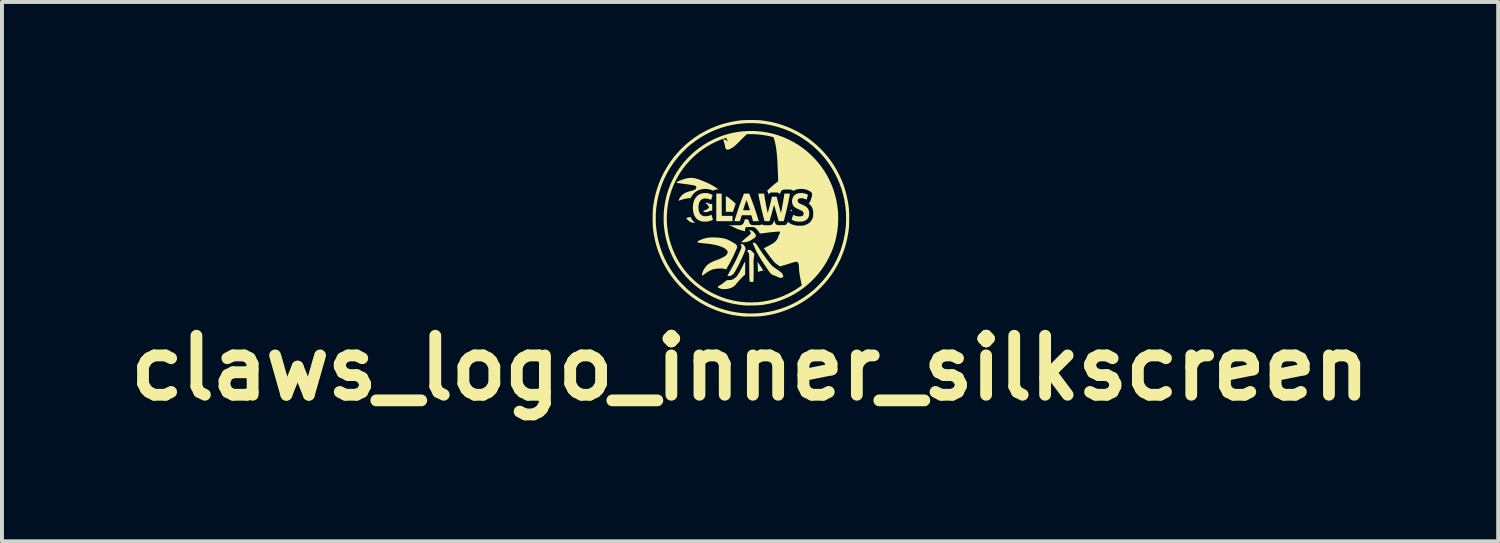
<source format=kicad_pcb>
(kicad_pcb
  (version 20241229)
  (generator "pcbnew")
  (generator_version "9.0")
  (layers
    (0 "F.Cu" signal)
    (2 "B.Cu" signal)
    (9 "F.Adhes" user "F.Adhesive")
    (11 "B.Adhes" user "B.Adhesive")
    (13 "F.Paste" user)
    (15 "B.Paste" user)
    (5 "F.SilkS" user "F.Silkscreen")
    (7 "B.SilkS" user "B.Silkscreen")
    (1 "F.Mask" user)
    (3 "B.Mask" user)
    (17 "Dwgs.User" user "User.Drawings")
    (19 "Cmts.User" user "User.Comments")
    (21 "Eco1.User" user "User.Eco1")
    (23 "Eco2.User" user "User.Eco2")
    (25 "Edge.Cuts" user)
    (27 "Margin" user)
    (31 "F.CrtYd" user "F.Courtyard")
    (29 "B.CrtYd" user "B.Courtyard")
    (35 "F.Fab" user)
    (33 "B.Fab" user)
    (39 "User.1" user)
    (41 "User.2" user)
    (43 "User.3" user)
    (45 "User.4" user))
  (footprint "claws_logo_inner_silkscreen"
    (layer "F.Cu")
    (at 16.036 2.498)
    (property "Reference" "claws_logo_inner_silkscreen" (at -0.022 3.807 0) (layer "F.SilkS") (effects (font (size 1.5 1.5) (thickness 0.3))))
    (attr board_only exclude_from_pos_files exclude_from_bom)
    (fp_poly (pts (xy -0.811 -0.627) (xy -0.743 -0.626) (xy -0.742 -0.343) (xy -0.741 -0.061) (xy -0.604 -0.061) (xy -0.468 -0.061) (xy -0.468 0.006) (xy -0.468 0.074) (xy -0.674 0.074) (xy -0.88 0.074) (xy -0.88 -0.277) (xy -0.88 -0.629)) (stroke (width 0) (type solid)) (fill yes) (layer "F.SilkS"))
    (fp_poly (pts (xy 1.023 -0.221) (xy 1.031 -0.215) (xy 1.038 -0.208) (xy 1.047 -0.198) (xy 1.05 -0.193) (xy 1.048 -0.191) (xy 1.046 -0.191) (xy 1.037 -0.188) (xy 1.025 -0.183) (xy 1.024 -0.182) (xy 1.014 -0.176) (xy 1.008 -0.173) (xy 1.008 -0.173) (xy 1.008 -0.177) (xy 1.009 -0.187) (xy 1.012 -0.197) (xy 1.015 -0.211) (xy 1.018 -0.22) (xy 1.019 -0.223)) (stroke (width 0) (type solid)) (fill yes) (layer "F.SilkS"))
    (fp_poly (pts (xy 0.198 1.148) (xy 0.211 1.168) (xy 0.227 1.192) (xy 0.244 1.219) (xy 0.262 1.245) (xy 0.271 1.259) (xy 0.315 1.324) (xy 0.25 1.342) (xy 0.227 1.349) (xy 0.207 1.354) (xy 0.192 1.358) (xy 0.183 1.36) (xy 0.181 1.361) (xy 0.18 1.357) (xy 0.179 1.345) (xy 0.177 1.329) (xy 0.176 1.308) (xy 0.176 1.303) (xy 0.175 1.277) (xy 0.174 1.246) (xy 0.173 1.213) (xy 0.172 1.182) (xy 0.171 1.174) (xy 0.169 1.103)) (stroke (width 0) (type solid)) (fill yes) (layer "F.SilkS"))
    (fp_poly (pts (xy -1.537 -0.031) (xy -1.532 -0.026) (xy -1.527 -0.018) (xy -1.522 -0.007) (xy -1.502 0.027) (xy -1.478 0.059) (xy -1.453 0.087) (xy -1.442 0.097) (xy -1.419 0.117) (xy -1.443 0.117) (xy -1.461 0.115) (xy -1.482 0.112) (xy -1.492 0.11) (xy -1.525 0.099) (xy -1.556 0.082) (xy -1.587 0.058) (xy -1.608 0.04) (xy -1.644 0.004) (xy -1.635 -0.004) (xy -1.626 -0.009) (xy -1.612 -0.015) (xy -1.595 -0.02) (xy -1.591 -0.021) (xy -1.569 -0.027) (xy -1.554 -0.031) (xy -1.543 -0.032)) (stroke (width 0) (type solid)) (fill yes) (layer "F.SilkS"))
    (fp_poly (pts (xy -0.615 -0.553) (xy -0.603 -0.545) (xy -0.593 -0.539) (xy -0.589 -0.537) (xy -0.583 -0.535) (xy -0.572 -0.527) (xy -0.557 -0.516) (xy -0.538 -0.501) (xy -0.517 -0.484) (xy -0.495 -0.466) (xy -0.472 -0.447) (xy -0.45 -0.429) (xy -0.43 -0.411) (xy -0.412 -0.396) (xy -0.399 -0.384) (xy -0.39 -0.375) (xy -0.388 -0.371) (xy -0.389 -0.366) (xy -0.393 -0.353) (xy -0.399 -0.335) (xy -0.406 -0.312) (xy -0.415 -0.286) (xy -0.422 -0.265) (xy -0.456 -0.165) (xy -0.546 -0.165) (xy -0.637 -0.165) (xy -0.637 -0.366) (xy -0.637 -0.568)) (stroke (width 0) (type solid)) (fill yes) (layer "F.SilkS"))
    (fp_poly (pts (xy -1.126 -0.397) (xy -1.106 -0.391) (xy -1.084 -0.383) (xy -1.062 -0.372) (xy -1.062 -0.372) (xy -1.046 -0.366) (xy -1.03 -0.362) (xy -1.013 -0.362) (xy -0.984 -0.362) (xy -0.984 -0.279) (xy -0.984 -0.196) (xy -1.006 -0.194) (xy -1.023 -0.191) (xy -1.042 -0.185) (xy -1.055 -0.18) (xy -1.073 -0.173) (xy -1.092 -0.166) (xy -1.103 -0.162) (xy -1.123 -0.158) (xy -1.145 -0.156) (xy -1.166 -0.157) (xy -1.184 -0.16) (xy -1.193 -0.163) (xy -1.204 -0.171) (xy -1.21 -0.179) (xy -1.21 -0.186) (xy -1.206 -0.189) (xy -1.172 -0.202) (xy -1.141 -0.216) (xy -1.114 -0.23) (xy -1.092 -0.244) (xy -1.077 -0.258) (xy -1.069 -0.269) (xy -1.068 -0.27) (xy -1.068 -0.284) (xy -1.074 -0.302) (xy -1.087 -0.323) (xy -1.106 -0.347) (xy -1.123 -0.365) (xy -1.156 -0.399) (xy -1.142 -0.399)) (stroke (width 0) (type solid)) (fill yes) (layer "F.SilkS"))
    (fp_poly (pts (xy -0.026 0.3) (xy -0.009 0.305) (xy 0.01 0.312) (xy 0.022 0.316) (xy 0.037 0.323) (xy 0.05 0.332) (xy 0.065 0.344) (xy 0.08 0.361) (xy 0.097 0.381) (xy 0.112 0.4) (xy 0.12 0.414) (xy 0.124 0.428) (xy 0.125 0.444) (xy 0.124 0.457) (xy 0.121 0.471) (xy 0.118 0.48) (xy 0.11 0.486) (xy 0.1 0.492) (xy 0.088 0.5) (xy 0.072 0.511) (xy 0.053 0.524) (xy 0.041 0.532) (xy 0.01 0.553) (xy -0.019 0.569) (xy -0.048 0.582) (xy -0.082 0.593) (xy -0.093 0.596) (xy -0.131 0.605) (xy -0.167 0.609) (xy -0.178 0.609) (xy -0.197 0.61) (xy -0.213 0.611) (xy -0.225 0.612) (xy -0.228 0.613) (xy -0.237 0.613) (xy -0.241 0.611) (xy -0.24 0.604) (xy -0.238 0.6) (xy -0.19 0.555) (xy -0.146 0.517) (xy -0.107 0.483) (xy -0.089 0.468) (xy -0.063 0.446) (xy -0.04 0.426) (xy -0.022 0.409) (xy -0.009 0.395) (xy -0.001 0.385) (xy 0 0.381) (xy -0.003 0.373) (xy -0.01 0.357) (xy -0.022 0.336) (xy -0.029 0.324) (xy -0.037 0.311) (xy -0.042 0.301) (xy -0.043 0.297) (xy -0.043 0.297) (xy -0.037 0.297)) (stroke (width 0) (type solid)) (fill yes) (layer "F.SilkS"))
    (fp_poly (pts (xy -0.151 1.105) (xy -0.149 1.109) (xy -0.149 1.112) (xy -0.148 1.12) (xy -0.147 1.136) (xy -0.146 1.158) (xy -0.146 1.186) (xy -0.146 1.217) (xy -0.145 1.252) (xy -0.145 1.279) (xy -0.146 1.429) (xy -0.167 1.448) (xy -0.189 1.467) (xy -0.214 1.492) (xy -0.243 1.521) (xy -0.273 1.553) (xy -0.303 1.586) (xy -0.332 1.618) (xy -0.358 1.65) (xy -0.381 1.678) (xy -0.382 1.68) (xy -0.412 1.712) (xy -0.448 1.74) (xy -0.49 1.763) (xy -0.537 1.781) (xy -0.588 1.793) (xy -0.641 1.8) (xy -0.652 1.8) (xy -0.674 1.801) (xy -0.697 1.8) (xy -0.717 1.799) (xy -0.726 1.798) (xy -0.751 1.793) (xy -0.777 1.786) (xy -0.8 1.777) (xy -0.82 1.768) (xy -0.835 1.759) (xy -0.838 1.755) (xy -0.843 1.746) (xy -0.839 1.736) (xy -0.828 1.726) (xy -0.813 1.717) (xy -0.793 1.706) (xy -0.767 1.69) (xy -0.738 1.67) (xy -0.708 1.649) (xy -0.678 1.626) (xy -0.65 1.604) (xy -0.635 1.592) (xy -0.613 1.573) (xy -0.556 1.571) (xy -0.531 1.57) (xy -0.512 1.569) (xy -0.497 1.566) (xy -0.484 1.563) (xy -0.474 1.559) (xy -0.453 1.549) (xy -0.429 1.534) (xy -0.405 1.517) (xy -0.384 1.5) (xy -0.366 1.483) (xy -0.359 1.475) (xy -0.332 1.436) (xy -0.303 1.389) (xy -0.272 1.335) (xy -0.239 1.272) (xy -0.204 1.203) (xy -0.199 1.193) (xy -0.185 1.163) (xy -0.174 1.14) (xy -0.165 1.123) (xy -0.159 1.112) (xy -0.155 1.106) (xy -0.152 1.104)) (stroke (width 0) (type solid)) (fill yes) (layer "F.SilkS"))
    (fp_poly (pts (xy -0.225 0.657) (xy -0.204 0.663) (xy -0.199 0.665) (xy -0.189 0.673) (xy -0.176 0.686) (xy -0.164 0.704) (xy -0.152 0.722) (xy -0.142 0.741) (xy -0.137 0.756) (xy -0.136 0.758) (xy -0.136 0.771) (xy -0.139 0.788) (xy -0.145 0.81) (xy -0.154 0.837) (xy -0.167 0.87) (xy -0.183 0.909) (xy -0.203 0.955) (xy -0.227 1.007) (xy -0.255 1.066) (xy -0.261 1.079) (xy -0.295 1.15) (xy -0.327 1.213) (xy -0.355 1.267) (xy -0.38 1.314) (xy -0.403 1.353) (xy -0.423 1.383) (xy -0.439 1.406) (xy -0.451 1.42) (xy -0.464 1.431) (xy -0.48 1.442) (xy -0.495 1.453) (xy -0.508 1.46) (xy -0.518 1.464) (xy -0.519 1.465) (xy -0.527 1.465) (xy -0.54 1.465) (xy -0.557 1.466) (xy -0.562 1.466) (xy -0.579 1.466) (xy -0.591 1.466) (xy -0.597 1.466) (xy -0.598 1.465) (xy -0.596 1.46) (xy -0.59 1.449) (xy -0.581 1.431) (xy -0.569 1.409) (xy -0.555 1.384) (xy -0.539 1.355) (xy -0.523 1.325) (xy -0.505 1.294) (xy -0.493 1.273) (xy -0.471 1.233) (xy -0.447 1.19) (xy -0.424 1.146) (xy -0.4 1.101) (xy -0.378 1.057) (xy -0.358 1.016) (xy -0.34 0.979) (xy -0.326 0.947) (xy -0.319 0.932) (xy -0.308 0.906) (xy -0.296 0.878) (xy -0.284 0.851) (xy -0.277 0.836) (xy -0.262 0.801) (xy -0.25 0.772) (xy -0.243 0.748) (xy -0.24 0.728) (xy -0.241 0.711) (xy -0.245 0.696) (xy -0.252 0.681) (xy -0.253 0.679) (xy -0.264 0.663) (xy -0.255 0.658) (xy -0.242 0.656)) (stroke (width 0) (type solid)) (fill yes) (layer "F.SilkS"))
    (fp_poly (pts (xy 0.089 0.622) (xy 0.109 0.633) (xy 0.121 0.641) (xy 0.132 0.652) (xy 0.145 0.667) (xy 0.16 0.688) (xy 0.178 0.716) (xy 0.207 0.762) (xy 0.239 0.81) (xy 0.271 0.858) (xy 0.305 0.907) (xy 0.339 0.954) (xy 0.372 1) (xy 0.405 1.044) (xy 0.436 1.085) (xy 0.466 1.123) (xy 0.492 1.155) (xy 0.516 1.183) (xy 0.536 1.205) (xy 0.551 1.218) (xy 0.562 1.227) (xy 0.578 1.239) (xy 0.598 1.254) (xy 0.622 1.27) (xy 0.646 1.288) (xy 0.654 1.293) (xy 0.679 1.31) (xy 0.702 1.327) (xy 0.723 1.342) (xy 0.741 1.355) (xy 0.752 1.364) (xy 0.755 1.366) (xy 0.773 1.383) (xy 0.79 1.402) (xy 0.805 1.423) (xy 0.816 1.442) (xy 0.821 1.458) (xy 0.821 1.459) (xy 0.823 1.47) (xy 0.821 1.478) (xy 0.815 1.486) (xy 0.807 1.495) (xy 0.795 1.506) (xy 0.785 1.512) (xy 0.773 1.515) (xy 0.768 1.515) (xy 0.747 1.514) (xy 0.724 1.509) (xy 0.724 1.509) (xy 0.707 1.502) (xy 0.687 1.494) (xy 0.672 1.486) (xy 0.656 1.479) (xy 0.635 1.47) (xy 0.612 1.461) (xy 0.593 1.453) (xy 0.565 1.443) (xy 0.543 1.434) (xy 0.527 1.425) (xy 0.513 1.415) (xy 0.5 1.402) (xy 0.487 1.385) (xy 0.472 1.366) (xy 0.423 1.296) (xy 0.375 1.226) (xy 0.329 1.157) (xy 0.285 1.089) (xy 0.245 1.024) (xy 0.207 0.962) (xy 0.174 0.904) (xy 0.146 0.852) (xy 0.128 0.817) (xy 0.118 0.796) (xy 0.107 0.772) (xy 0.095 0.746) (xy 0.084 0.72) (xy 0.073 0.695) (xy 0.063 0.672) (xy 0.056 0.653) (xy 0.05 0.639) (xy 0.048 0.631) (xy 0.048 0.63) (xy 0.051 0.627) (xy 0.058 0.622) (xy 0.071 0.618)) (stroke (width 0) (type solid)) (fill yes) (layer "F.SilkS"))
    (fp_poly (pts (xy -1.122 -0.64) (xy -1.08 -0.633) (xy -1.069 -0.631) (xy -1.048 -0.625) (xy -1.027 -0.617) (xy -1.008 -0.609) (xy -0.991 -0.601) (xy -0.98 -0.594) (xy -0.975 -0.589) (xy -0.975 -0.588) (xy -0.976 -0.583) (xy -0.979 -0.571) (xy -0.984 -0.555) (xy -0.99 -0.536) (xy -0.996 -0.517) (xy -1.002 -0.498) (xy -1.007 -0.483) (xy -1.01 -0.472) (xy -1.012 -0.468) (xy -1.017 -0.469) (xy -1.027 -0.473) (xy -1.037 -0.477) (xy -1.081 -0.493) (xy -1.124 -0.502) (xy -1.164 -0.504) (xy -1.201 -0.5) (xy -1.235 -0.488) (xy -1.263 -0.47) (xy -1.278 -0.457) (xy -1.299 -0.429) (xy -1.314 -0.398) (xy -1.325 -0.361) (xy -1.331 -0.319) (xy -1.332 -0.277) (xy -1.33 -0.227) (xy -1.323 -0.184) (xy -1.311 -0.148) (xy -1.294 -0.118) (xy -1.273 -0.093) (xy -1.245 -0.073) (xy -1.236 -0.069) (xy -1.221 -0.062) (xy -1.209 -0.057) (xy -1.195 -0.055) (xy -1.178 -0.053) (xy -1.164 -0.053) (xy -1.114 -0.054) (xy -1.069 -0.063) (xy -1.029 -0.077) (xy -1.002 -0.09) (xy -0.984 -0.031) (xy -0.978 -0.009) (xy -0.972 0.009) (xy -0.968 0.024) (xy -0.966 0.032) (xy -0.966 0.033) (xy -0.97 0.037) (xy -0.981 0.044) (xy -0.996 0.051) (xy -1.015 0.059) (xy -1.035 0.066) (xy -1.055 0.073) (xy -1.06 0.074) (xy -1.081 0.078) (xy -1.107 0.081) (xy -1.136 0.084) (xy -1.166 0.085) (xy -1.195 0.085) (xy -1.219 0.084) (xy -1.231 0.083) (xy -1.281 0.07) (xy -1.324 0.052) (xy -1.36 0.029) (xy -1.392 -0.001) (xy -1.406 -0.02) (xy -1.429 -0.055) (xy -1.446 -0.093) (xy -1.459 -0.134) (xy -1.468 -0.18) (xy -1.473 -0.226) (xy -1.476 -0.289) (xy -1.471 -0.348) (xy -1.461 -0.403) (xy -1.444 -0.453) (xy -1.421 -0.499) (xy -1.393 -0.539) (xy -1.36 -0.573) (xy -1.322 -0.601) (xy -1.279 -0.622) (xy -1.245 -0.633) (xy -1.207 -0.639) (xy -1.165 -0.642)) (stroke (width 0) (type solid)) (fill yes) (layer "F.SilkS"))
    (fp_poly (pts (xy -0.04 0.803) (xy -0.037 0.803) (xy -0.021 0.805) (xy -0.01 0.807) (xy -0.003 0.811) (xy 0.002 0.818) (xy 0.017 0.835) (xy 0.039 0.855) (xy 0.06 0.873) (xy 0.072 0.884) (xy 0.081 0.894) (xy 0.085 0.9) (xy 0.085 0.907) (xy 0.084 0.921) (xy 0.082 0.941) (xy 0.08 0.965) (xy 0.077 0.992) (xy 0.076 0.997) (xy 0.073 1.023) (xy 0.07 1.044) (xy 0.069 1.063) (xy 0.067 1.081) (xy 0.067 1.1) (xy 0.066 1.121) (xy 0.067 1.146) (xy 0.067 1.176) (xy 0.068 1.214) (xy 0.068 1.218) (xy 0.069 1.255) (xy 0.069 1.295) (xy 0.07 1.337) (xy 0.069 1.379) (xy 0.069 1.42) (xy 0.069 1.46) (xy 0.068 1.497) (xy 0.067 1.53) (xy 0.066 1.559) (xy 0.065 1.582) (xy 0.063 1.598) (xy 0.062 1.605) (xy 0.059 1.613) (xy 0.054 1.617) (xy 0.045 1.618) (xy 0.036 1.619) (xy 0.023 1.619) (xy 0.013 1.621) (xy 0.01 1.622) (xy 0.005 1.621) (xy 0.002 1.617) (xy -0.001 1.611) (xy -0.009 1.61) (xy -0.015 1.611) (xy -0.026 1.611) (xy -0.032 1.607) (xy -0.034 1.605) (xy -0.035 1.601) (xy -0.035 1.594) (xy -0.036 1.584) (xy -0.037 1.568) (xy -0.038 1.549) (xy -0.038 1.524) (xy -0.039 1.493) (xy -0.039 1.457) (xy -0.04 1.415) (xy -0.041 1.366) (xy -0.041 1.31) (xy -0.042 1.247) (xy -0.043 1.177) (xy -0.044 1.099) (xy -0.044 1.012) (xy -0.045 0.994) (xy -0.045 0.962) (xy -0.046 0.936) (xy -0.046 0.918) (xy -0.048 0.905) (xy -0.049 0.896) (xy -0.051 0.891) (xy -0.052 0.89) (xy -0.058 0.882) (xy -0.067 0.869) (xy -0.077 0.857) (xy -0.087 0.842) (xy -0.093 0.834) (xy -0.095 0.829) (xy -0.092 0.828) (xy -0.089 0.828) (xy -0.082 0.825) (xy -0.079 0.819) (xy -0.082 0.815) (xy -0.085 0.81) (xy -0.081 0.807) (xy -0.071 0.804) (xy -0.057 0.803)) (stroke (width 0) (type solid)) (fill yes) (layer "F.SilkS"))
    (fp_poly (pts (xy -0.009 -0.541) (xy 0.045 -0.397) (xy 0.096 -0.252) (xy 0.108 -0.219) (xy 0.116 -0.193) (xy 0.126 -0.163) (xy 0.136 -0.132) (xy 0.147 -0.099) (xy 0.157 -0.066) (xy 0.167 -0.035) (xy 0.176 -0.006) (xy 0.184 0.02) (xy 0.191 0.042) (xy 0.196 0.058) (xy 0.199 0.068) (xy 0.199 0.07) (xy 0.195 0.071) (xy 0.184 0.072) (xy 0.167 0.073) (xy 0.145 0.074) (xy 0.127 0.074) (xy 0.054 0.074) (xy 0.032 -0.001) (xy 0.01 -0.076) (xy -0.111 -0.077) (xy -0.233 -0.078) (xy -0.256 -0.002) (xy -0.279 0.074) (xy -0.35 0.074) (xy -0.378 0.074) (xy -0.397 0.073) (xy -0.41 0.072) (xy -0.417 0.071) (xy -0.419 0.069) (xy -0.419 0.068) (xy -0.417 0.062) (xy -0.413 0.05) (xy -0.408 0.032) (xy -0.401 0.011) (xy -0.399 0.004) (xy -0.374 -0.075) (xy -0.348 -0.155) (xy -0.331 -0.207) (xy -0.199 -0.207) (xy -0.195 -0.206) (xy -0.184 -0.205) (xy -0.166 -0.204) (xy -0.144 -0.204) (xy -0.118 -0.204) (xy -0.113 -0.204) (xy -0.08 -0.204) (xy -0.055 -0.204) (xy -0.038 -0.205) (xy -0.029 -0.207) (xy -0.026 -0.208) (xy -0.027 -0.214) (xy -0.031 -0.226) (xy -0.037 -0.244) (xy -0.044 -0.267) (xy -0.052 -0.292) (xy -0.061 -0.319) (xy -0.071 -0.347) (xy -0.08 -0.375) (xy -0.089 -0.401) (xy -0.097 -0.424) (xy -0.104 -0.442) (xy -0.109 -0.456) (xy -0.112 -0.463) (xy -0.112 -0.464) (xy -0.114 -0.46) (xy -0.118 -0.449) (xy -0.124 -0.432) (xy -0.132 -0.411) (xy -0.14 -0.386) (xy -0.15 -0.359) (xy -0.159 -0.331) (xy -0.169 -0.303) (xy -0.177 -0.276) (xy -0.185 -0.253) (xy -0.192 -0.232) (xy -0.196 -0.217) (xy -0.199 -0.209) (xy -0.199 -0.207) (xy -0.331 -0.207) (xy -0.321 -0.234) (xy -0.295 -0.312) (xy -0.268 -0.387) (xy -0.243 -0.457) (xy -0.218 -0.52) (xy -0.205 -0.554) (xy -0.176 -0.628) (xy -0.11 -0.628) (xy -0.044 -0.628)) (stroke (width 0) (type solid)) (fill yes) (layer "F.SilkS"))
    (fp_poly (pts (xy -1.461 -1.023) (xy -1.41 -1.013) (xy -1.354 -0.997) (xy -1.33 -0.989) (xy -1.264 -0.965) (xy -1.197 -0.939) (xy -1.131 -0.911) (xy -1.068 -0.881) (xy -1.008 -0.851) (xy -0.953 -0.82) (xy -0.903 -0.791) (xy -0.862 -0.762) (xy -0.821 -0.732) (xy -0.856 -0.732) (xy -0.886 -0.731) (xy -0.91 -0.727) (xy -0.93 -0.719) (xy -0.941 -0.712) (xy -0.956 -0.702) (xy -0.984 -0.713) (xy -1.04 -0.732) (xy -1.099 -0.743) (xy -1.157 -0.747) (xy -1.215 -0.744) (xy -1.271 -0.733) (xy -1.325 -0.716) (xy -1.375 -0.691) (xy -1.402 -0.674) (xy -1.438 -0.644) (xy -1.472 -0.608) (xy -1.502 -0.569) (xy -1.525 -0.53) (xy -1.534 -0.511) (xy -1.567 -0.511) (xy -1.587 -0.51) (xy -1.614 -0.506) (xy -1.645 -0.501) (xy -1.678 -0.494) (xy -1.711 -0.486) (xy -1.743 -0.477) (xy -1.772 -0.468) (xy -1.795 -0.46) (xy -1.808 -0.455) (xy -1.823 -0.448) (xy -1.833 -0.447) (xy -1.837 -0.452) (xy -1.837 -0.455) (xy -1.834 -0.467) (xy -1.826 -0.485) (xy -1.814 -0.507) (xy -1.801 -0.526) (xy -1.778 -0.559) (xy -1.753 -0.586) (xy -1.726 -0.61) (xy -1.695 -0.631) (xy -1.661 -0.65) (xy -1.62 -0.666) (xy -1.574 -0.681) (xy -1.519 -0.696) (xy -1.519 -0.696) (xy -1.48 -0.706) (xy -1.448 -0.717) (xy -1.424 -0.728) (xy -1.408 -0.739) (xy -1.398 -0.75) (xy -1.392 -0.764) (xy -1.39 -0.78) (xy -1.389 -0.797) (xy -1.392 -0.811) (xy -1.394 -0.816) (xy -1.4 -0.82) (xy -1.41 -0.825) (xy -1.425 -0.83) (xy -1.445 -0.835) (xy -1.471 -0.84) (xy -1.503 -0.846) (xy -1.541 -0.852) (xy -1.587 -0.859) (xy -1.639 -0.866) (xy -1.7 -0.874) (xy -1.74 -0.879) (xy -1.774 -0.884) (xy -1.805 -0.888) (xy -1.832 -0.892) (xy -1.854 -0.895) (xy -1.871 -0.897) (xy -1.88 -0.899) (xy -1.882 -0.899) (xy -1.889 -0.905) (xy -1.888 -0.912) (xy -1.88 -0.921) (xy -1.864 -0.932) (xy -1.841 -0.944) (xy -1.812 -0.957) (xy -1.777 -0.97) (xy -1.737 -0.985) (xy -1.722 -0.99) (xy -1.663 -1.008) (xy -1.61 -1.02) (xy -1.559 -1.026) (xy -1.51 -1.027)) (stroke (width 0) (type solid)) (fill yes) (layer "F.SilkS"))
    (fp_poly (pts (xy -0.915 0.487) (xy -0.844 0.491) (xy -0.81 0.494) (xy -0.762 0.499) (xy -0.719 0.506) (xy -0.679 0.514) (xy -0.641 0.525) (xy -0.603 0.538) (xy -0.565 0.555) (xy -0.524 0.576) (xy -0.479 0.601) (xy -0.431 0.63) (xy -0.408 0.644) (xy -0.391 0.655) (xy -0.38 0.663) (xy -0.373 0.669) (xy -0.369 0.675) (xy -0.367 0.68) (xy -0.367 0.681) (xy -0.363 0.694) (xy -0.357 0.709) (xy -0.355 0.713) (xy -0.346 0.731) (xy -0.359 0.761) (xy -0.39 0.832) (xy -0.418 0.896) (xy -0.445 0.956) (xy -0.472 1.012) (xy -0.5 1.066) (xy -0.528 1.12) (xy -0.559 1.176) (xy -0.578 1.21) (xy -0.629 1.299) (xy -0.652 1.291) (xy -0.684 1.283) (xy -0.723 1.278) (xy -0.767 1.276) (xy -0.816 1.277) (xy -0.867 1.281) (xy -0.902 1.285) (xy -0.948 1.294) (xy -0.993 1.308) (xy -1.038 1.328) (xy -1.084 1.353) (xy -1.133 1.386) (xy -1.153 1.4) (xy -1.182 1.422) (xy -1.205 1.438) (xy -1.222 1.449) (xy -1.232 1.455) (xy -1.236 1.456) (xy -1.24 1.453) (xy -1.241 1.453) (xy -1.243 1.445) (xy -1.243 1.432) (xy -1.241 1.414) (xy -1.237 1.394) (xy -1.224 1.358) (xy -1.206 1.319) (xy -1.183 1.28) (xy -1.157 1.242) (xy -1.129 1.208) (xy -1.101 1.18) (xy -1.092 1.173) (xy -1.057 1.148) (xy -1.013 1.123) (xy -0.963 1.099) (xy -0.907 1.075) (xy -0.852 1.055) (xy -0.815 1.041) (xy -0.778 1.025) (xy -0.741 1.009) (xy -0.708 0.992) (xy -0.68 0.976) (xy -0.66 0.964) (xy -0.632 0.941) (xy -0.611 0.917) (xy -0.597 0.892) (xy -0.591 0.868) (xy -0.593 0.846) (xy -0.604 0.822) (xy -0.624 0.798) (xy -0.652 0.775) (xy -0.688 0.753) (xy -0.732 0.732) (xy -0.767 0.718) (xy -0.814 0.702) (xy -0.864 0.688) (xy -0.918 0.675) (xy -0.977 0.664) (xy -1.041 0.654) (xy -1.113 0.645) (xy -1.192 0.637) (xy -1.235 0.633) (xy -1.271 0.629) (xy -1.3 0.625) (xy -1.322 0.622) (xy -1.338 0.618) (xy -1.35 0.614) (xy -1.357 0.61) (xy -1.36 0.605) (xy -1.361 0.602) (xy -1.356 0.593) (xy -1.344 0.582) (xy -1.323 0.569) (xy -1.295 0.555) (xy -1.245 0.534) (xy -1.196 0.517) (xy -1.146 0.504) (xy -1.094 0.494) (xy -1.039 0.488) (xy -0.979 0.486)) (stroke (width 0) (type solid)) (fill yes) (layer "F.SilkS"))
    (fp_poly (pts (xy 1.288 -0.641) (xy 1.321 -0.639) (xy 1.351 -0.634) (xy 1.376 -0.628) (xy 1.38 -0.627) (xy 1.396 -0.621) (xy 1.414 -0.614) (xy 1.43 -0.607) (xy 1.443 -0.6) (xy 1.451 -0.596) (xy 1.451 -0.596) (xy 1.45 -0.591) (xy 1.447 -0.581) (xy 1.443 -0.565) (xy 1.437 -0.547) (xy 1.431 -0.528) (xy 1.425 -0.509) (xy 1.42 -0.492) (xy 1.415 -0.48) (xy 1.415 -0.478) (xy 1.411 -0.476) (xy 1.401 -0.479) (xy 1.384 -0.486) (xy 1.381 -0.488) (xy 1.34 -0.503) (xy 1.298 -0.51) (xy 1.257 -0.509) (xy 1.252 -0.508) (xy 1.225 -0.502) (xy 1.207 -0.493) (xy 1.195 -0.48) (xy 1.189 -0.462) (xy 1.188 -0.44) (xy 1.19 -0.425) (xy 1.193 -0.415) (xy 1.199 -0.407) (xy 1.21 -0.396) (xy 1.224 -0.386) (xy 1.243 -0.374) (xy 1.269 -0.362) (xy 1.289 -0.353) (xy 1.313 -0.342) (xy 1.338 -0.331) (xy 1.36 -0.32) (xy 1.377 -0.311) (xy 1.379 -0.31) (xy 1.414 -0.285) (xy 1.441 -0.257) (xy 1.461 -0.225) (xy 1.474 -0.188) (xy 1.481 -0.145) (xy 1.482 -0.119) (xy 1.478 -0.075) (xy 1.467 -0.036) (xy 1.45 -0.001) (xy 1.425 0.028) (xy 1.394 0.051) (xy 1.357 0.069) (xy 1.336 0.076) (xy 1.316 0.08) (xy 1.289 0.083) (xy 1.258 0.085) (xy 1.227 0.085) (xy 1.197 0.084) (xy 1.17 0.082) (xy 1.16 0.08) (xy 1.131 0.074) (xy 1.104 0.066) (xy 1.08 0.057) (xy 1.06 0.049) (xy 1.046 0.04) (xy 1.038 0.032) (xy 1.037 0.027) (xy 1.04 0.02) (xy 1.044 0.007) (xy 1.049 -0.011) (xy 1.055 -0.031) (xy 1.056 -0.032) (xy 1.062 -0.052) (xy 1.067 -0.069) (xy 1.071 -0.081) (xy 1.073 -0.086) (xy 1.073 -0.086) (xy 1.077 -0.085) (xy 1.087 -0.082) (xy 1.101 -0.076) (xy 1.104 -0.075) (xy 1.139 -0.061) (xy 1.174 -0.052) (xy 1.211 -0.048) (xy 1.241 -0.048) (xy 1.265 -0.049) (xy 1.282 -0.051) (xy 1.295 -0.054) (xy 1.305 -0.058) (xy 1.306 -0.059) (xy 1.324 -0.072) (xy 1.335 -0.091) (xy 1.339 -0.116) (xy 1.339 -0.118) (xy 1.337 -0.138) (xy 1.33 -0.155) (xy 1.319 -0.17) (xy 1.301 -0.185) (xy 1.276 -0.199) (xy 1.244 -0.214) (xy 1.233 -0.219) (xy 1.187 -0.239) (xy 1.15 -0.259) (xy 1.119 -0.278) (xy 1.095 -0.299) (xy 1.076 -0.321) (xy 1.063 -0.346) (xy 1.053 -0.373) (xy 1.051 -0.384) (xy 1.046 -0.415) (xy 1.045 -0.442) (xy 1.048 -0.471) (xy 1.051 -0.482) (xy 1.063 -0.522) (xy 1.083 -0.557) (xy 1.109 -0.587) (xy 1.141 -0.611) (xy 1.179 -0.628) (xy 1.2 -0.635) (xy 1.225 -0.639) (xy 1.255 -0.641)) (stroke (width 0) (type solid)) (fill yes) (layer "F.SilkS"))
    (fp_poly (pts (xy 0.338 -0.618) (xy 0.339 -0.608) (xy 0.341 -0.591) (xy 0.344 -0.568) (xy 0.349 -0.54) (xy 0.354 -0.508) (xy 0.36 -0.473) (xy 0.367 -0.435) (xy 0.374 -0.397) (xy 0.381 -0.358) (xy 0.388 -0.319) (xy 0.395 -0.282) (xy 0.402 -0.248) (xy 0.409 -0.216) (xy 0.414 -0.189) (xy 0.419 -0.167) (xy 0.423 -0.151) (xy 0.426 -0.142) (xy 0.427 -0.14) (xy 0.43 -0.145) (xy 0.434 -0.158) (xy 0.439 -0.177) (xy 0.446 -0.201) (xy 0.454 -0.23) (xy 0.463 -0.262) (xy 0.472 -0.297) (xy 0.481 -0.332) (xy 0.491 -0.368) (xy 0.5 -0.403) (xy 0.508 -0.436) (xy 0.516 -0.467) (xy 0.522 -0.494) (xy 0.527 -0.516) (xy 0.531 -0.532) (xy 0.531 -0.534) (xy 0.534 -0.55) (xy 0.593 -0.55) (xy 0.653 -0.55) (xy 0.682 -0.436) (xy 0.692 -0.396) (xy 0.702 -0.356) (xy 0.713 -0.317) (xy 0.723 -0.28) (xy 0.732 -0.245) (xy 0.741 -0.214) (xy 0.748 -0.187) (xy 0.754 -0.166) (xy 0.759 -0.15) (xy 0.762 -0.143) (xy 0.763 -0.142) (xy 0.764 -0.144) (xy 0.768 -0.155) (xy 0.772 -0.173) (xy 0.777 -0.197) (xy 0.783 -0.226) (xy 0.789 -0.26) (xy 0.796 -0.299) (xy 0.804 -0.341) (xy 0.812 -0.385) (xy 0.819 -0.431) (xy 0.827 -0.478) (xy 0.835 -0.526) (xy 0.842 -0.573) (xy 0.843 -0.58) (xy 0.85 -0.628) (xy 0.921 -0.628) (xy 0.945 -0.628) (xy 0.965 -0.628) (xy 0.981 -0.627) (xy 0.99 -0.626) (xy 0.992 -0.625) (xy 0.991 -0.619) (xy 0.989 -0.607) (xy 0.986 -0.588) (xy 0.981 -0.564) (xy 0.976 -0.537) (xy 0.97 -0.508) (xy 0.964 -0.478) (xy 0.958 -0.448) (xy 0.953 -0.42) (xy 0.948 -0.394) (xy 0.945 -0.379) (xy 0.932 -0.321) (xy 0.918 -0.258) (xy 0.903 -0.194) (xy 0.888 -0.132) (xy 0.873 -0.072) (xy 0.86 -0.021) (xy 0.834 0.074) (xy 0.771 0.074) (xy 0.708 0.074) (xy 0.685 -0.001) (xy 0.678 -0.025) (xy 0.669 -0.056) (xy 0.66 -0.091) (xy 0.649 -0.129) (xy 0.638 -0.167) (xy 0.628 -0.204) (xy 0.627 -0.207) (xy 0.619 -0.239) (xy 0.61 -0.268) (xy 0.603 -0.294) (xy 0.597 -0.314) (xy 0.593 -0.329) (xy 0.59 -0.337) (xy 0.589 -0.338) (xy 0.587 -0.334) (xy 0.584 -0.323) (xy 0.579 -0.306) (xy 0.573 -0.285) (xy 0.566 -0.26) (xy 0.566 -0.259) (xy 0.554 -0.215) (xy 0.542 -0.17) (xy 0.53 -0.125) (xy 0.518 -0.083) (xy 0.507 -0.044) (xy 0.497 -0.01) (xy 0.489 0.019) (xy 0.485 0.031) (xy 0.472 0.074) (xy 0.41 0.074) (xy 0.347 0.074) (xy 0.338 0.044) (xy 0.33 0.015) (xy 0.32 -0.022) (xy 0.308 -0.066) (xy 0.297 -0.114) (xy 0.284 -0.166) (xy 0.271 -0.22) (xy 0.259 -0.276) (xy 0.246 -0.333) (xy 0.234 -0.388) (xy 0.223 -0.441) (xy 0.213 -0.491) (xy 0.204 -0.537) (xy 0.204 -0.539) (xy 0.199 -0.564) (xy 0.195 -0.586) (xy 0.191 -0.604) (xy 0.189 -0.616) (xy 0.188 -0.621) (xy 0.188 -0.623) (xy 0.19 -0.625) (xy 0.195 -0.627) (xy 0.205 -0.628) (xy 0.22 -0.628) (xy 0.242 -0.628) (xy 0.262 -0.628) (xy 0.338 -0.628)) (stroke (width 0) (type solid)) (fill yes) (layer "F.SilkS"))
    (fp_poly (pts (xy 0.054 -2.498) (xy 0.101 -2.497) (xy 0.142 -2.496) (xy 0.179 -2.495) (xy 0.214 -2.493) (xy 0.248 -2.49) (xy 0.283 -2.486) (xy 0.32 -2.481) (xy 0.361 -2.475) (xy 0.373 -2.474) (xy 0.515 -2.448) (xy 0.656 -2.414) (xy 0.794 -2.372) (xy 0.93 -2.322) (xy 1.062 -2.264) (xy 1.191 -2.199) (xy 1.315 -2.127) (xy 1.436 -2.048) (xy 1.551 -1.962) (xy 1.662 -1.869) (xy 1.767 -1.77) (xy 1.867 -1.664) (xy 1.92 -1.603) (xy 2.011 -1.487) (xy 2.095 -1.366) (xy 2.171 -1.241) (xy 2.24 -1.112) (xy 2.301 -0.98) (xy 2.355 -0.844) (xy 2.4 -0.705) (xy 2.437 -0.564) (xy 2.466 -0.42) (xy 2.474 -0.37) (xy 2.48 -0.329) (xy 2.485 -0.291) (xy 2.489 -0.256) (xy 2.492 -0.222) (xy 2.494 -0.187) (xy 2.496 -0.15) (xy 2.497 -0.109) (xy 2.498 -0.064) (xy 2.498 -0.011) (xy 2.498 0) (xy 2.498 0.054) (xy 2.497 0.101) (xy 2.496 0.143) (xy 2.495 0.18) (xy 2.493 0.215) (xy 2.49 0.25) (xy 2.486 0.284) (xy 2.481 0.321) (xy 2.475 0.362) (xy 2.474 0.37) (xy 2.448 0.515) (xy 2.414 0.656) (xy 2.372 0.795) (xy 2.321 0.931) (xy 2.264 1.064) (xy 2.199 1.192) (xy 2.126 1.317) (xy 2.047 1.437) (xy 1.96 1.553) (xy 1.867 1.664) (xy 1.767 1.769) (xy 1.661 1.869) (xy 1.548 1.964) (xy 1.493 2.006) (xy 1.374 2.09) (xy 1.251 2.166) (xy 1.123 2.234) (xy 0.992 2.296) (xy 0.857 2.35) (xy 0.72 2.395) (xy 0.581 2.433) (xy 0.44 2.463) (xy 0.37 2.474) (xy 0.328 2.48) (xy 0.29 2.485) (xy 0.255 2.489) (xy 0.22 2.492) (xy 0.184 2.494) (xy 0.146 2.496) (xy 0.104 2.497) (xy 0.055 2.498) (xy 0.028 2.498) (xy -0.009 2.498) (xy -0.044 2.498) (xy -0.076 2.498) (xy -0.104 2.498) (xy -0.126 2.498) (xy -0.142 2.498) (xy -0.149 2.498) (xy -0.254 2.488) (xy -0.352 2.476) (xy -0.447 2.461) (xy -0.54 2.442) (xy -0.605 2.427) (xy -0.745 2.388) (xy -0.882 2.34) (xy -1.016 2.285) (xy -1.147 2.223) (xy -1.273 2.153) (xy -1.396 2.075) (xy -1.513 1.991) (xy -1.626 1.9) (xy -1.733 1.803) (xy -1.835 1.699) (xy -1.92 1.603) (xy -2.011 1.486) (xy -2.095 1.366) (xy -2.172 1.241) (xy -2.24 1.112) (xy -2.301 0.98) (xy -2.355 0.844) (xy -2.4 0.706) (xy -2.437 0.564) (xy -2.466 0.42) (xy -2.474 0.37) (xy -2.48 0.329) (xy -2.485 0.291) (xy -2.489 0.256) (xy -2.492 0.222) (xy -2.494 0.187) (xy -2.496 0.151) (xy -2.497 0.11) (xy -2.498 0.065) (xy -2.498 0.012) (xy -2.498 0) (xy -2.498 -0.017) (xy -2.418 -0.017) (xy -2.418 0.031) (xy -2.418 0.077) (xy -2.416 0.12) (xy -2.415 0.158) (xy -2.413 0.18) (xy -2.398 0.325) (xy -2.375 0.468) (xy -2.343 0.608) (xy -2.303 0.746) (xy -2.254 0.881) (xy -2.198 1.013) (xy -2.134 1.141) (xy -2.062 1.266) (xy -1.982 1.388) (xy -1.894 1.506) (xy -1.849 1.562) (xy -1.828 1.586) (xy -1.802 1.614) (xy -1.773 1.645) (xy -1.74 1.679) (xy -1.706 1.713) (xy -1.671 1.747) (xy -1.638 1.78) (xy -1.607 1.809) (xy -1.579 1.834) (xy -1.558 1.852) (xy -1.442 1.943) (xy -1.322 2.027) (xy -1.198 2.102) (xy -1.071 2.17) (xy -0.941 2.23) (xy -0.808 2.282) (xy -0.672 2.325) (xy -0.533 2.361) (xy -0.392 2.388) (xy -0.249 2.407) (xy -0.103 2.418) (xy -0.063 2.419) (xy -0.045 2.42) (xy -0.029 2.42) (xy -0.019 2.421) (xy -0.017 2.421) (xy -0.011 2.421) (xy 0.002 2.421) (xy 0.022 2.42) (xy 0.046 2.419) (xy 0.073 2.418) (xy 0.09 2.418) (xy 0.193 2.412) (xy 0.291 2.402) (xy 0.386 2.389) (xy 0.48 2.372) (xy 0.575 2.351) (xy 0.591 2.347) (xy 0.73 2.308) (xy 0.865 2.261) (xy 0.997 2.206) (xy 1.126 2.143) (xy 1.251 2.071) (xy 1.373 1.992) (xy 1.492 1.905) (xy 1.575 1.838) (xy 1.597 1.819) (xy 1.623 1.795) (xy 1.652 1.767) (xy 1.684 1.736) (xy 1.716 1.703) (xy 1.749 1.67) (xy 1.779 1.638) (xy 1.808 1.608) (xy 1.832 1.581) (xy 1.852 1.559) (xy 1.852 1.558) (xy 1.944 1.441) (xy 2.027 1.321) (xy 2.103 1.198) (xy 2.17 1.071) (xy 2.23 0.941) (xy 2.282 0.808) (xy 2.325 0.671) (xy 2.361 0.531) (xy 2.388 0.388) (xy 2.408 0.242) (xy 2.414 0.178) (xy 2.415 0.148) (xy 2.417 0.112) (xy 2.418 0.072) (xy 2.418 0.027) (xy 2.418 -0.018) (xy 2.418 -0.063) (xy 2.417 -0.105) (xy 2.416 -0.143) (xy 2.414 -0.175) (xy 2.413 -0.18) (xy 2.398 -0.324) (xy 2.375 -0.467) (xy 2.343 -0.607) (xy 2.303 -0.745) (xy 2.255 -0.879) (xy 2.199 -1.011) (xy 2.135 -1.139) (xy 2.064 -1.264) (xy 1.985 -1.384) (xy 1.899 -1.5) (xy 1.825 -1.589) (xy 1.8 -1.617) (xy 1.77 -1.649) (xy 1.737 -1.683) (xy 1.702 -1.719) (xy 1.665 -1.754) (xy 1.63 -1.788) (xy 1.597 -1.818) (xy 1.567 -1.844) (xy 1.556 -1.854) (xy 1.441 -1.944) (xy 1.322 -2.027) (xy 1.199 -2.102) (xy 1.072 -2.17) (xy 0.942 -2.23) (xy 0.809 -2.281) (xy 0.673 -2.325) (xy 0.534 -2.361) (xy 0.392 -2.388) (xy 0.292 -2.402) (xy 0.224 -2.409) (xy 0.151 -2.414) (xy 0.075 -2.418) (xy -0.002 -2.419) (xy -0.078 -2.418) (xy -0.149 -2.415) (xy -0.199 -2.412) (xy -0.346 -2.395) (xy -0.49 -2.37) (xy -0.63 -2.337) (xy -0.768 -2.296) (xy -0.902 -2.247) (xy -1.033 -2.189) (xy -1.16 -2.124) (xy -1.285 -2.051) (xy -1.406 -1.969) (xy -1.524 -1.88) (xy -1.56 -1.851) (xy -1.584 -1.83) (xy -1.613 -1.803) (xy -1.645 -1.773) (xy -1.679 -1.74) (xy -1.714 -1.705) (xy -1.749 -1.669) (xy -1.782 -1.635) (xy -1.813 -1.602) (xy -1.839 -1.572) (xy -1.859 -1.549) (xy -1.95 -1.433) (xy -2.033 -1.313) (xy -2.108 -1.189) (xy -2.175 -1.062) (xy -2.234 -0.932) (xy -2.285 -0.798) (xy -2.328 -0.661) (xy -2.363 -0.522) (xy -2.39 -0.38) (xy -2.409 -0.235) (xy -2.413 -0.18) (xy -2.415 -0.147) (xy -2.417 -0.108) (xy -2.418 -0.063) (xy -2.418 -0.017) (xy -2.498 -0.017) (xy -2.498 -0.054) (xy -2.497 -0.101) (xy -2.496 -0.142) (xy -2.495 -0.18) (xy -2.493 -0.215) (xy -2.49 -0.249) (xy -2.486 -0.283) (xy -2.481 -0.32) (xy -2.475 -0.361) (xy -2.474 -0.37) (xy -2.448 -0.514) (xy -2.414 -0.655) (xy -2.372 -0.793) (xy -2.323 -0.928) (xy -2.266 -1.059) (xy -2.201 -1.187) (xy -2.13 -1.31) (xy -2.052 -1.429) (xy -1.967 -1.544) (xy -1.876 -1.653) (xy -1.779 -1.758) (xy -1.676 -1.856) (xy -1.567 -1.949) (xy -1.452 -2.036) (xy -1.333 -2.117) (xy -1.208 -2.19) (xy -1.078 -2.257) (xy -1.031 -2.279) (xy -0.909 -2.33) (xy -0.782 -2.376) (xy -0.651 -2.415) (xy -0.52 -2.447) (xy -0.388 -2.471) (xy -0.37 -2.474) (xy -0.329 -2.48) (xy -0.291 -2.485) (xy -0.256 -2.489) (xy -0.222 -2.492) (xy -0.188 -2.494) (xy -0.151 -2.496) (xy -0.112 -2.497) (xy -0.067 -2.498) (xy -0.015 -2.498) (xy 0 -2.498)) (stroke (width 0) (type solid)) (fill yes) (layer "F.SilkS"))
    (fp_poly (pts (xy 0.072 -2.218) (xy 0.136 -2.216) (xy 0.161 -2.214) (xy 0.301 -2.199) (xy 0.439 -2.176) (xy 0.573 -2.145) (xy 0.705 -2.105) (xy 0.834 -2.058) (xy 0.959 -2.002) (xy 1.082 -1.938) (xy 1.201 -1.867) (xy 1.235 -1.844) (xy 1.34 -1.77) (xy 1.442 -1.687) (xy 1.539 -1.598) (xy 1.632 -1.504) (xy 1.718 -1.404) (xy 1.778 -1.328) (xy 1.858 -1.215) (xy 1.93 -1.098) (xy 1.994 -0.976) (xy 2.05 -0.852) (xy 2.099 -0.724) (xy 2.139 -0.592) (xy 2.172 -0.458) (xy 2.196 -0.321) (xy 2.212 -0.182) (xy 2.214 -0.161) (xy 2.216 -0.129) (xy 2.217 -0.091) (xy 2.218 -0.049) (xy 2.218 -0.004) (xy 2.218 0.041) (xy 2.217 0.084) (xy 2.216 0.123) (xy 2.214 0.156) (xy 2.214 0.161) (xy 2.199 0.301) (xy 2.176 0.439) (xy 2.145 0.573) (xy 2.105 0.705) (xy 2.058 0.834) (xy 2.002 0.959) (xy 1.938 1.082) (xy 1.866 1.201) (xy 1.844 1.235) (xy 1.771 1.338) (xy 1.69 1.438) (xy 1.603 1.534) (xy 1.511 1.625) (xy 1.414 1.71) (xy 1.328 1.778) (xy 1.216 1.857) (xy 1.099 1.929) (xy 0.978 1.993) (xy 0.853 2.049) (xy 0.726 2.098) (xy 0.596 2.139) (xy 0.464 2.171) (xy 0.446 2.175) (xy 0.39 2.186) (xy 0.339 2.195) (xy 0.29 2.202) (xy 0.241 2.207) (xy 0.191 2.211) (xy 0.138 2.214) (xy 0.08 2.215) (xy 0.026 2.216) (xy -0.01 2.216) (xy -0.045 2.217) (xy -0.076 2.217) (xy -0.103 2.217) (xy -0.124 2.216) (xy -0.139 2.216) (xy -0.145 2.216) (xy -0.287 2.201) (xy -0.426 2.178) (xy -0.562 2.147) (xy -0.694 2.109) (xy -0.823 2.062) (xy -0.948 2.008) (xy -1.069 1.946) (xy -1.186 1.876) (xy -1.3 1.799) (xy -1.409 1.714) (xy -1.513 1.622) (xy -1.569 1.569) (xy -1.665 1.467) (xy -1.753 1.36) (xy -1.835 1.249) (xy -1.909 1.134) (xy -1.975 1.015) (xy -2.033 0.892) (xy -2.084 0.765) (xy -2.127 0.635) (xy -2.162 0.502) (xy -2.189 0.366) (xy -2.208 0.227) (xy -2.214 0.161) (xy -2.216 0.129) (xy -2.217 0.091) (xy -2.218 0.051) (xy -2.138 0.051) (xy -2.131 0.18) (xy -2.116 0.309) (xy -2.093 0.437) (xy -2.063 0.563) (xy -2.025 0.688) (xy -1.979 0.811) (xy -1.925 0.932) (xy -1.864 1.049) (xy -1.794 1.164) (xy -1.786 1.176) (xy -1.708 1.287) (xy -1.624 1.392) (xy -1.534 1.49) (xy -1.438 1.583) (xy -1.338 1.669) (xy -1.232 1.748) (xy -1.123 1.82) (xy -1.009 1.886) (xy -0.891 1.944) (xy -0.77 1.995) (xy -0.646 2.039) (xy -0.52 2.074) (xy -0.39 2.103) (xy -0.259 2.123) (xy -0.126 2.135) (xy 0.008 2.138) (xy 0.144 2.134) (xy 0.175 2.132) (xy 0.306 2.117) (xy 0.436 2.094) (xy 0.565 2.063) (xy 0.692 2.024) (xy 0.816 1.977) (xy 0.936 1.923) (xy 1.053 1.862) (xy 1.165 1.794) (xy 1.221 1.756) (xy 1.245 1.739) (xy 1.264 1.726) (xy 1.276 1.716) (xy 1.285 1.709) (xy 1.289 1.703) (xy 1.291 1.698) (xy 1.291 1.693) (xy 1.289 1.686) (xy 1.288 1.68) (xy 1.274 1.614) (xy 1.262 1.555) (xy 1.251 1.503) (xy 1.243 1.456) (xy 1.236 1.413) (xy 1.231 1.374) (xy 1.227 1.337) (xy 1.224 1.302) (xy 1.222 1.267) (xy 1.222 1.265) (xy 1.221 1.237) (xy 1.219 1.212) (xy 1.217 1.19) (xy 1.216 1.174) (xy 1.214 1.164) (xy 1.214 1.163) (xy 1.203 1.138) (xy 1.19 1.12) (xy 1.172 1.109) (xy 1.15 1.105) (xy 1.147 1.105) (xy 1.133 1.106) (xy 1.112 1.111) (xy 1.084 1.119) (xy 1.048 1.13) (xy 1.04 1.133) (xy 1.011 1.142) (xy 0.975 1.153) (xy 0.937 1.165) (xy 0.897 1.177) (xy 0.86 1.188) (xy 0.846 1.192) (xy 0.737 1.223) (xy 0.685 1.187) (xy 0.664 1.172) (xy 0.644 1.158) (xy 0.626 1.144) (xy 0.614 1.133) (xy 0.612 1.131) (xy 0.598 1.117) (xy 0.58 1.096) (xy 0.558 1.07) (xy 0.534 1.04) (xy 0.508 1.006) (xy 0.481 0.971) (xy 0.453 0.934) (xy 0.426 0.898) (xy 0.4 0.862) (xy 0.376 0.828) (xy 0.366 0.813) (xy 0.33 0.761) (xy 0.428 0.711) (xy 0.468 0.69) (xy 0.502 0.672) (xy 0.529 0.657) (xy 0.552 0.643) (xy 0.572 0.63) (xy 0.589 0.618) (xy 0.605 0.604) (xy 0.617 0.593) (xy 0.648 0.56) (xy 0.672 0.525) (xy 0.689 0.488) (xy 0.691 0.48) (xy 0.698 0.46) (xy 0.706 0.44) (xy 0.714 0.424) (xy 0.715 0.424) (xy 0.722 0.409) (xy 0.729 0.391) (xy 0.734 0.374) (xy 0.738 0.358) (xy 0.74 0.347) (xy 0.739 0.342) (xy 0.733 0.34) (xy 0.722 0.338) (xy 0.711 0.338) (xy 0.692 0.339) (xy 0.666 0.34) (xy 0.634 0.343) (xy 0.597 0.346) (xy 0.558 0.349) (xy 0.517 0.354) (xy 0.476 0.358) (xy 0.436 0.363) (xy 0.399 0.368) (xy 0.378 0.371) (xy 0.347 0.375) (xy 0.317 0.379) (xy 0.291 0.382) (xy 0.269 0.384) (xy 0.253 0.385) (xy 0.247 0.386) (xy 0.233 0.385) (xy 0.225 0.384) (xy 0.22 0.38) (xy 0.217 0.372) (xy 0.217 0.371) (xy 0.21 0.358) (xy 0.199 0.34) (xy 0.183 0.32) (xy 0.165 0.299) (xy 0.146 0.278) (xy 0.127 0.259) (xy 0.109 0.244) (xy 0.095 0.234) (xy 0.093 0.232) (xy 0.087 0.229) (xy 0.08 0.227) (xy 0.072 0.225) (xy 0.06 0.224) (xy 0.044 0.223) (xy 0.023 0.223) (xy -0.006 0.222) (xy -0.021 0.222) (xy -0.053 0.221) (xy -0.078 0.221) (xy -0.097 0.222) (xy -0.111 0.223) (xy -0.12 0.225) (xy -0.127 0.229) (xy -0.132 0.235) (xy -0.136 0.242) (xy -0.14 0.249) (xy -0.146 0.263) (xy -0.148 0.278) (xy -0.149 0.298) (xy -0.149 0.313) (xy -0.15 0.324) (xy -0.151 0.329) (xy -0.151 0.329) (xy -0.158 0.328) (xy -0.171 0.325) (xy -0.189 0.32) (xy -0.211 0.314) (xy -0.234 0.308) (xy -0.258 0.301) (xy -0.28 0.295) (xy -0.298 0.289) (xy -0.313 0.285) (xy -0.316 0.284) (xy -0.333 0.277) (xy -0.354 0.268) (xy -0.377 0.256) (xy -0.401 0.245) (xy -0.405 0.243) (xy -0.436 0.227) (xy -0.461 0.214) (xy -0.483 0.205) (xy -0.504 0.197) (xy -0.525 0.19) (xy -0.539 0.187) (xy -0.57 0.178) (xy -0.509 0.178) (xy -0.485 0.178) (xy -0.455 0.177) (xy -0.421 0.177) (xy -0.387 0.178) (xy -0.357 0.178) (xy -0.318 0.178) (xy -0.287 0.177) (xy -0.265 0.176) (xy -0.25 0.174) (xy -0.246 0.173) (xy -0.228 0.164) (xy -0.21 0.149) (xy -0.193 0.131) (xy -0.182 0.113) (xy -0.178 0.104) (xy -0.174 0.089) (xy -0.168 0.071) (xy -0.164 0.055) (xy -0.155 0.026) (xy -0.112 0.027) (xy -0.068 0.028) (xy -0.054 0.075) (xy -0.044 0.104) (xy -0.034 0.126) (xy -0.023 0.143) (xy -0.008 0.156) (xy 0.005 0.165) (xy 0.011 0.168) (xy 0.017 0.171) (xy 0.024 0.173) (xy 0.033 0.174) (xy 0.045 0.175) (xy 0.062 0.175) (xy 0.084 0.175) (xy 0.114 0.175) (xy 0.128 0.175) (xy 0.232 0.175) (xy 0.253 0.164) (xy 0.274 0.152) (xy 0.294 0.164) (xy 0.301 0.168) (xy 0.308 0.171) (xy 0.315 0.173) (xy 0.325 0.174) (xy 0.339 0.175) (xy 0.358 0.176) (xy 0.383 0.177) (xy 0.398 0.177) (xy 0.433 0.177) (xy 0.461 0.177) (xy 0.482 0.176) (xy 0.499 0.173) (xy 0.512 0.17) (xy 0.523 0.164) (xy 0.533 0.158) (xy 0.552 0.141) (xy 0.566 0.118) (xy 0.577 0.089) (xy 0.577 0.089) (xy 0.582 0.074) (xy 0.586 0.062) (xy 0.589 0.055) (xy 0.589 0.055) (xy 0.592 0.057) (xy 0.596 0.066) (xy 0.6 0.079) (xy 0.6 0.079) (xy 0.61 0.108) (xy 0.622 0.131) (xy 0.635 0.148) (xy 0.653 0.162) (xy 0.663 0.167) (xy 0.669 0.17) (xy 0.676 0.172) (xy 0.685 0.174) (xy 0.698 0.175) (xy 0.716 0.175) (xy 0.741 0.175) (xy 0.771 0.175) (xy 0.802 0.175) (xy 0.826 0.175) (xy 0.843 0.175) (xy 0.856 0.174) (xy 0.865 0.172) (xy 0.873 0.17) (xy 0.879 0.168) (xy 0.882 0.166) (xy 0.905 0.149) (xy 0.923 0.127) (xy 0.934 0.103) (xy 0.941 0.082) (xy 0.951 0.097) (xy 0.965 0.111) (xy 0.986 0.126) (xy 1.013 0.141) (xy 1.045 0.155) (xy 1.079 0.168) (xy 1.116 0.178) (xy 1.119 0.179) (xy 1.135 0.182) (xy 1.151 0.185) (xy 1.167 0.187) (xy 1.187 0.188) (xy 1.212 0.188) (xy 1.241 0.188) (xy 1.272 0.188) (xy 1.296 0.187) (xy 1.314 0.186) (xy 1.33 0.185) (xy 1.343 0.182) (xy 1.357 0.179) (xy 1.358 0.178) (xy 1.409 0.161) (xy 1.455 0.137) (xy 1.494 0.107) (xy 1.526 0.071) (xy 1.553 0.03) (xy 1.572 -0.015) (xy 1.576 -0.029) (xy 1.579 -0.042) (xy 1.581 -0.054) (xy 1.582 -0.07) (xy 1.583 -0.089) (xy 1.583 -0.116) (xy 1.583 -0.119) (xy 1.583 -0.154) (xy 1.581 -0.182) (xy 1.578 -0.206) (xy 1.573 -0.228) (xy 1.565 -0.25) (xy 1.554 -0.275) (xy 1.552 -0.277) (xy 1.542 -0.297) (xy 1.528 -0.316) (xy 1.51 -0.336) (xy 1.502 -0.345) (xy 1.467 -0.381) (xy 1.481 -0.392) (xy 1.489 -0.399) (xy 1.495 -0.407) (xy 1.502 -0.418) (xy 1.508 -0.433) (xy 1.516 -0.452) (xy 1.525 -0.478) (xy 1.533 -0.505) (xy 1.545 -0.542) (xy 1.552 -0.573) (xy 1.555 -0.599) (xy 1.554 -0.62) (xy 1.548 -0.638) (xy 1.539 -0.655) (xy 1.525 -0.67) (xy 1.525 -0.67) (xy 1.512 -0.68) (xy 1.492 -0.691) (xy 1.469 -0.703) (xy 1.443 -0.715) (xy 1.418 -0.725) (xy 1.395 -0.732) (xy 1.395 -0.732) (xy 1.347 -0.742) (xy 1.298 -0.746) (xy 1.248 -0.746) (xy 1.199 -0.74) (xy 1.154 -0.73) (xy 1.113 -0.715) (xy 1.098 -0.707) (xy 1.076 -0.695) (xy 1.061 -0.707) (xy 1.05 -0.715) (xy 1.039 -0.721) (xy 1.025 -0.726) (xy 1.008 -0.729) (xy 0.986 -0.731) (xy 0.958 -0.732) (xy 0.923 -0.732) (xy 0.911 -0.732) (xy 0.88 -0.731) (xy 0.856 -0.73) (xy 0.839 -0.729) (xy 0.826 -0.728) (xy 0.817 -0.726) (xy 0.81 -0.724) (xy 0.806 -0.722) (xy 0.78 -0.704) (xy 0.761 -0.681) (xy 0.75 -0.653) (xy 0.747 -0.643) (xy 0.744 -0.627) (xy 0.742 -0.617) (xy 0.739 -0.615) (xy 0.735 -0.618) (xy 0.73 -0.624) (xy 0.719 -0.633) (xy 0.705 -0.643) (xy 0.699 -0.646) (xy 0.691 -0.65) (xy 0.684 -0.652) (xy 0.675 -0.654) (xy 0.663 -0.655) (xy 0.648 -0.656) (xy 0.627 -0.656) (xy 0.598 -0.656) (xy 0.594 -0.656) (xy 0.509 -0.656) (xy 0.486 -0.644) (xy 0.472 -0.635) (xy 0.461 -0.626) (xy 0.456 -0.621) (xy 0.449 -0.612) (xy 0.444 -0.612) (xy 0.442 -0.62) (xy 0.442 -0.623) (xy 0.44 -0.641) (xy 0.434 -0.661) (xy 0.426 -0.68) (xy 0.421 -0.688) (xy 0.412 -0.7) (xy 0.478 -0.762) (xy 0.504 -0.785) (xy 0.533 -0.811) (xy 0.565 -0.838) (xy 0.595 -0.864) (xy 0.617 -0.882) (xy 0.639 -0.899) (xy 0.658 -0.915) (xy 0.674 -0.928) (xy 0.686 -0.937) (xy 0.692 -0.942) (xy 0.692 -0.942) (xy 0.692 -0.947) (xy 0.692 -0.959) (xy 0.692 -0.978) (xy 0.691 -1.003) (xy 0.69 -1.033) (xy 0.689 -1.067) (xy 0.687 -1.105) (xy 0.686 -1.145) (xy 0.684 -1.186) (xy 0.683 -1.228) (xy 0.681 -1.269) (xy 0.679 -1.309) (xy 0.678 -1.347) (xy 0.676 -1.382) (xy 0.675 -1.413) (xy 0.673 -1.439) (xy 0.672 -1.46) (xy 0.672 -1.469) (xy 0.664 -1.567) (xy 0.656 -1.657) (xy 0.646 -1.741) (xy 0.635 -1.817) (xy 0.622 -1.888) (xy 0.607 -1.953) (xy 0.591 -2.014) (xy 0.587 -2.026) (xy 0.576 -2.061) (xy 0.512 -2.077) (xy 0.401 -2.101) (xy 0.291 -2.119) (xy 0.18 -2.131) (xy 0.065 -2.137) (xy 0.006 -2.138) (xy -0.098 -2.138) (xy -0.115 -2.126) (xy -0.122 -2.12) (xy -0.134 -2.109) (xy -0.151 -2.093) (xy -0.171 -2.073) (xy -0.195 -2.05) (xy -0.221 -2.024) (xy -0.248 -1.997) (xy -0.26 -1.985) (xy -0.299 -1.945) (xy -0.333 -1.912) (xy -0.362 -1.884) (xy -0.387 -1.861) (xy -0.409 -1.842) (xy -0.427 -1.827) (xy -0.435 -1.82) (xy -0.475 -1.793) (xy -0.511 -1.771) (xy -0.544 -1.756) (xy -0.573 -1.747) (xy -0.574 -1.746) (xy -0.589 -1.744) (xy -0.6 -1.744) (xy -0.61 -1.747) (xy -0.617 -1.75) (xy -0.634 -1.762) (xy -0.646 -1.779) (xy -0.653 -1.803) (xy -0.656 -1.821) (xy -0.658 -1.837) (xy -0.663 -1.859) (xy -0.669 -1.882) (xy -0.674 -1.901) (xy -0.684 -1.935) (xy -0.691 -1.961) (xy -0.696 -1.981) (xy -0.699 -1.995) (xy -0.7 -2.004) (xy -0.7 -2.009) (xy -0.699 -2.011) (xy -0.693 -2.011) (xy -0.681 -2.007) (xy -0.664 -2) (xy -0.643 -1.988) (xy -0.621 -1.975) (xy -0.619 -1.974) (xy -0.605 -1.965) (xy -0.594 -1.958) (xy -0.588 -1.954) (xy -0.588 -1.954) (xy -0.589 -1.958) (xy -0.594 -1.968) (xy -0.601 -1.982) (xy -0.61 -2) (xy -0.633 -2.045) (xy -0.692 -2.024) (xy -0.734 -2.009) (xy -0.77 -1.996) (xy -0.803 -1.983) (xy -0.835 -1.969) (xy -0.868 -1.955) (xy -0.898 -1.941) (xy -1.016 -1.882) (xy -1.13 -1.816) (xy -1.24 -1.742) (xy -1.346 -1.661) (xy -1.447 -1.574) (xy -1.543 -1.48) (xy -1.632 -1.381) (xy -1.704 -1.292) (xy -1.782 -1.183) (xy -1.852 -1.07) (xy -1.915 -0.954) (xy -1.97 -0.834) (xy -2.017 -0.713) (xy -2.056 -0.589) (xy -2.088 -0.463) (xy -2.112 -0.336) (xy -2.128 -0.207) (xy -2.137 -0.078) (xy -2.138 0.051) (xy -2.218 0.051) (xy -2.218 0.049) (xy -2.218 0.004) (xy -2.218 -0.041) (xy -2.217 -0.084) (xy -2.216 -0.123) (xy -2.214 -0.156) (xy -2.214 -0.161) (xy -2.199 -0.301) (xy -2.176 -0.438) (xy -2.145 -0.573) (xy -2.105 -0.705) (xy -2.058 -0.834) (xy -2.002 -0.959) (xy -1.938 -1.082) (xy -1.867 -1.201) (xy -1.844 -1.235) (xy -1.77 -1.339) (xy -1.688 -1.441) (xy -1.599 -1.538) (xy -1.505 -1.63) (xy -1.407 -1.717) (xy -1.328 -1.778) (xy -1.215 -1.857) (xy -1.098 -1.929) (xy -0.977 -1.993) (xy -0.852 -2.05) (xy -0.802 -2.069) (xy -0.542 -2.069) (xy -0.539 -2.067) (xy -0.537 -2.069) (xy -0.539 -2.071) (xy -0.542 -2.069) (xy -0.802 -2.069) (xy -0.724 -2.099) (xy -0.593 -2.139) (xy -0.459 -2.172) (xy -0.323 -2.196) (xy -0.271 -2.203) (xy -0.208 -2.21) (xy -0.139 -2.214) (xy -0.068 -2.218) (xy 0.003 -2.219)) (stroke (width 0) (type solid)) (fill yes) (layer "F.SilkS")))
  (gr_rect
    (start -3 -3)
    (end 35.029 10.709)
    (stroke (width 0.1) (type default))
    (fill no)
    (layer "Edge.Cuts")))
</source>
